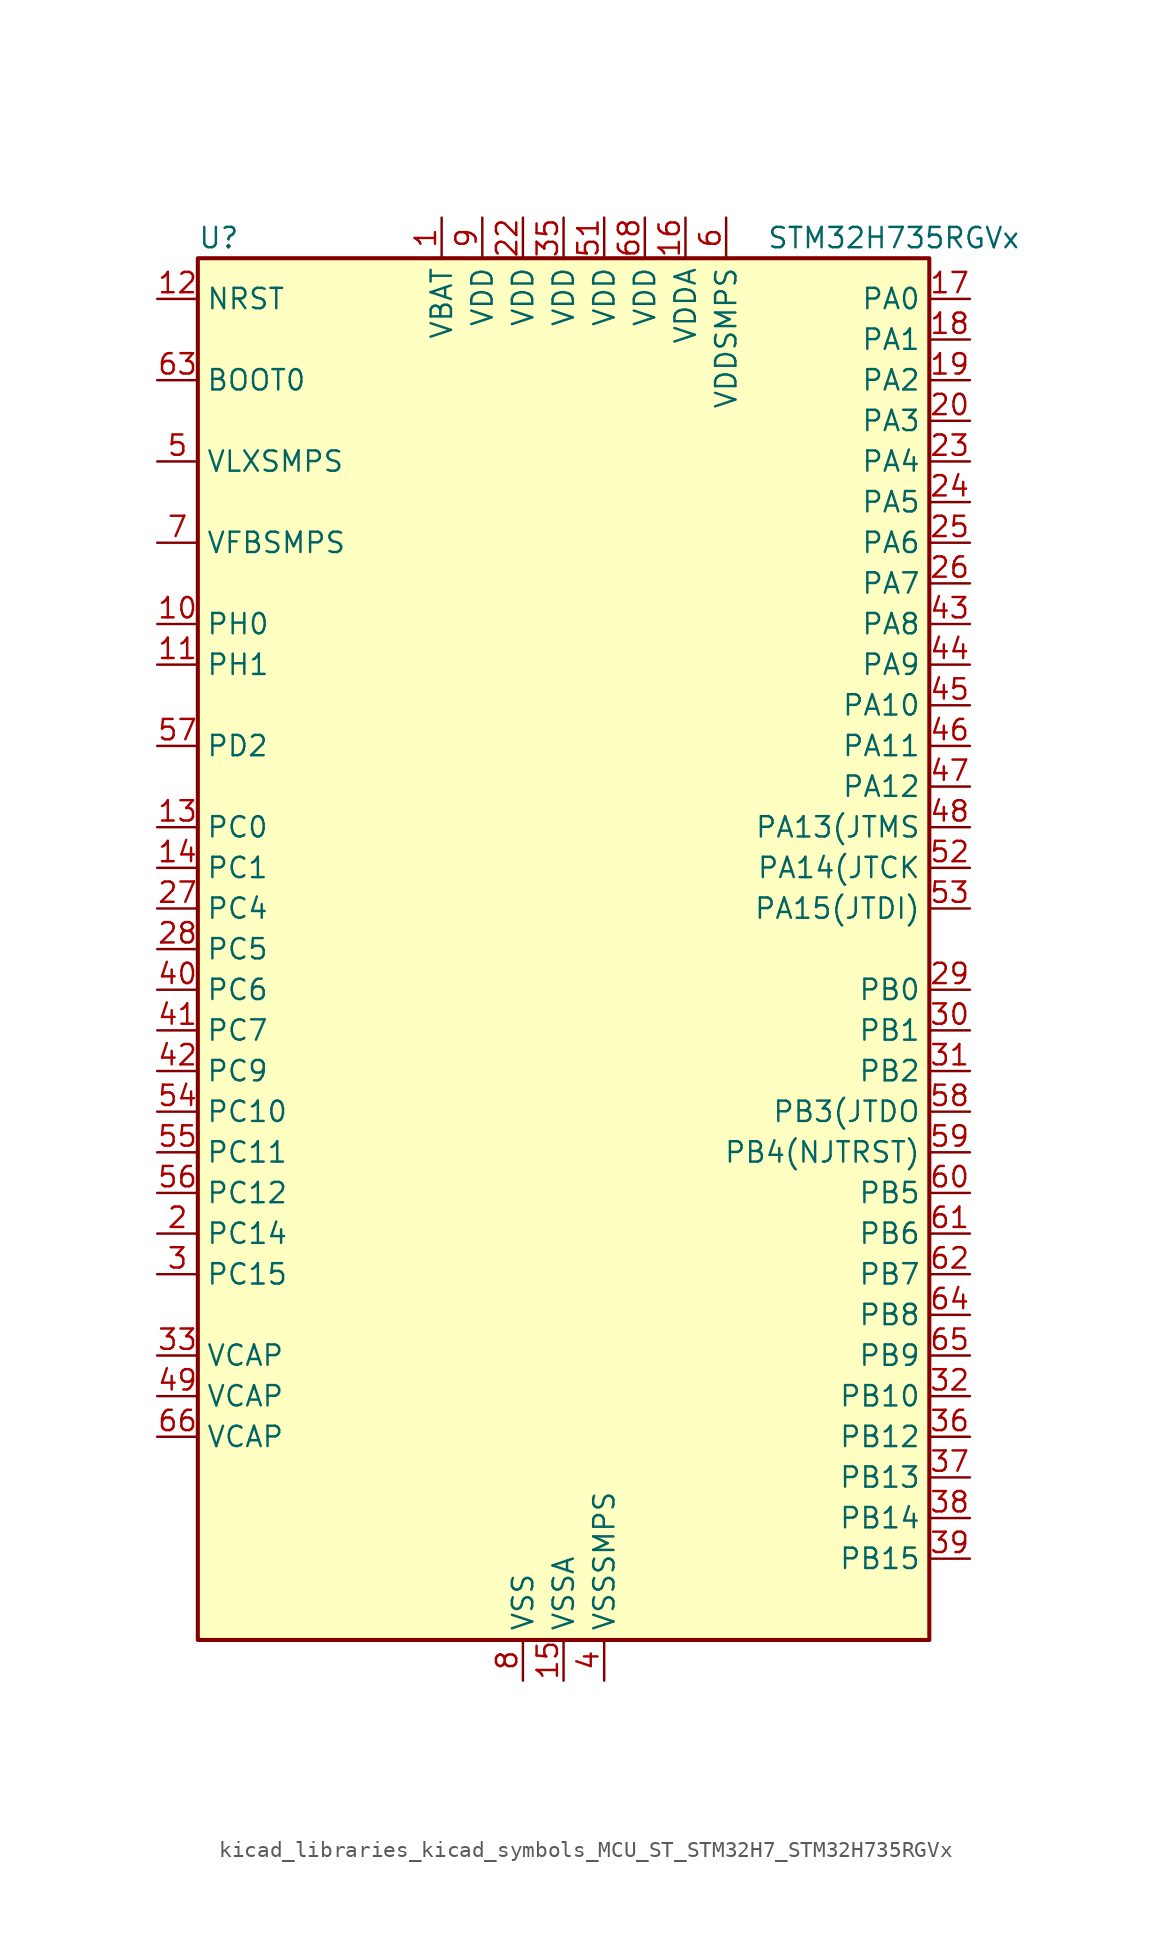
<source format=kicad_sym>
(kicad_symbol_lib
  (version 20220914)
  (generator kicad_symbol_editor)
  (symbol "kicad_libraries_kicad_symbols_MCU_ST_STM32H7_STM32H735RGVx"
    (property "Reference" "U"
      (at -22.86 44.45 0)
      (effects (font (size 1.27 1.27)) (justify left)))
    (property "Value" "STM32H735RGVx"
      (at 12.7 44.45 0)
      (effects (font (size 1.27 1.27)) (justify left)))
    (property "ki_locked" ""
      (at 0 0 0)
      (effects (font (size 1.27 1.27))))
    (symbol "kicad_libraries_kicad_symbols_MCU_ST_STM32H7_STM32H735RGVx_0_1"
      (rectangle (start -22.86 -43.18) (end 22.86 43.18) (stroke (width 0.254) (type default)) (fill (type background))))
    (symbol "kicad_libraries_kicad_symbols_MCU_ST_STM32H7_STM32H735RGVx_1_1"
      (pin power_in line (at -7.62 45.72 270) (length 2.54) (name "VBAT" (effects (font (size 1.27 1.27)))) (number "1" (effects (font (size 1.27 1.27)))))
      (pin bidirectional line (at -25.4 20.32 0) (length 2.54) (name "PH0" (effects (font (size 1.27 1.27)))) (number "10" (effects (font (size 1.27 1.27)))) (alternate "RCC_OSC_IN" bidirectional line))
      (pin bidirectional line (at -25.4 17.78 0) (length 2.54) (name "PH1" (effects (font (size 1.27 1.27)))) (number "11" (effects (font (size 1.27 1.27)))) (alternate "RCC_OSC_OUT" bidirectional line))
      (pin input line (at -25.4 40.64 0) (length 2.54) (name "NRST" (effects (font (size 1.27 1.27)))) (number "12" (effects (font (size 1.27 1.27)))))
      (pin bidirectional line (at -25.4 7.62 0) (length 2.54) (name "PC0" (effects (font (size 1.27 1.27)))) (number "13" (effects (font (size 1.27 1.27)))) (alternate "ADC1_INP10" bidirectional line) (alternate "ADC2_INP10" bidirectional line) (alternate "ADC3_INP10" bidirectional line) (alternate "DFSDM1_CKIN0" bidirectional line) (alternate "DFSDM1_DATIN4" bidirectional line) (alternate "LTDC_G2" bidirectional line) (alternate "LTDC_R5" bidirectional line) (alternate "USB_OTG_HS_ULPI_STP" bidirectional line))
      (pin bidirectional line (at -25.4 5.08 0) (length 2.54) (name "PC1" (effects (font (size 1.27 1.27)))) (number "14" (effects (font (size 1.27 1.27)))) (alternate "ADC1_INN10" bidirectional line) (alternate "ADC1_INP11" bidirectional line) (alternate "ADC2_INN10" bidirectional line) (alternate "ADC2_INP11" bidirectional line) (alternate "ADC3_INN10" bidirectional line) (alternate "ADC3_INP11" bidirectional line) (alternate "DEBUG_TRACED0" bidirectional line) (alternate "DFSDM1_CKIN4" bidirectional line) (alternate "DFSDM1_DATIN0" bidirectional line) (alternate "I2S2_SDO" bidirectional line) (alternate "LTDC_G5" bidirectional line) (alternate "MDIOS_MDC" bidirectional line) (alternate "OCTOSPIM_P1_IO4" bidirectional line) (alternate "PWR_WKUP6" bidirectional line) (alternate "RTC_TAMP3" bidirectional line) (alternate "SDMMC2_CK" bidirectional line) (alternate "SPI2_MOSI" bidirectional line))
      (pin power_in line (at 0 -45.72 90) (length 2.54) (name "VSSA" (effects (font (size 1.27 1.27)))) (number "15" (effects (font (size 1.27 1.27)))))
      (pin power_in line (at 7.62 45.72 270) (length 2.54) (name "VDDA" (effects (font (size 1.27 1.27)))) (number "16" (effects (font (size 1.27 1.27)))))
      (pin bidirectional line (at 25.4 40.64 180) (length 2.54) (name "PA0" (effects (font (size 1.27 1.27)))) (number "17" (effects (font (size 1.27 1.27)))) (alternate "ADC1_INP16" bidirectional line) (alternate "I2S6_WS" bidirectional line) (alternate "PWR_WKUP1" bidirectional line) (alternate "SDMMC2_CMD" bidirectional line) (alternate "SPI6_NSS" bidirectional line) (alternate "TIM15_BKIN" bidirectional line) (alternate "TIM2_CH1" bidirectional line) (alternate "TIM2_ETR" bidirectional line) (alternate "TIM5_CH1" bidirectional line) (alternate "TIM8_ETR" bidirectional line) (alternate "UART4_TX" bidirectional line) (alternate "USART2_CTS" bidirectional line) (alternate "USART2_NSS" bidirectional line))
      (pin bidirectional line (at 25.4 38.1 180) (length 2.54) (name "PA1" (effects (font (size 1.27 1.27)))) (number "18" (effects (font (size 1.27 1.27)))) (alternate "ADC1_INN16" bidirectional line) (alternate "ADC1_INP17" bidirectional line) (alternate "LPTIM3_OUT" bidirectional line) (alternate "LTDC_R2" bidirectional line) (alternate "OCTOSPIM_P1_DQS" bidirectional line) (alternate "OCTOSPIM_P1_IO3" bidirectional line) (alternate "TIM15_CH1N" bidirectional line) (alternate "TIM2_CH2" bidirectional line) (alternate "TIM5_CH2" bidirectional line) (alternate "UART4_RX" bidirectional line) (alternate "USART2_DE" bidirectional line) (alternate "USART2_RTS" bidirectional line))
      (pin bidirectional line (at 25.4 35.56 180) (length 2.54) (name "PA2" (effects (font (size 1.27 1.27)))) (number "19" (effects (font (size 1.27 1.27)))) (alternate "ADC1_INP14" bidirectional line) (alternate "ADC2_INP14" bidirectional line) (alternate "LPTIM4_OUT" bidirectional line) (alternate "LTDC_R1" bidirectional line) (alternate "MDIOS_MDIO" bidirectional line) (alternate "OCTOSPIM_P1_IO0" bidirectional line) (alternate "PWR_WKUP2" bidirectional line) (alternate "TIM15_CH1" bidirectional line) (alternate "TIM2_CH3" bidirectional line) (alternate "TIM5_CH3" bidirectional line) (alternate "USART2_TX" bidirectional line))
      (pin bidirectional line (at -25.4 -17.78 0) (length 2.54) (name "PC14" (effects (font (size 1.27 1.27)))) (number "2" (effects (font (size 1.27 1.27)))) (alternate "RCC_OSC32_IN" bidirectional line))
      (pin bidirectional line (at 25.4 33.02 180) (length 2.54) (name "PA3" (effects (font (size 1.27 1.27)))) (number "20" (effects (font (size 1.27 1.27)))) (alternate "ADC1_INP15" bidirectional line) (alternate "ADC2_INP15" bidirectional line) (alternate "I2S6_MCK" bidirectional line) (alternate "LPTIM5_OUT" bidirectional line) (alternate "LTDC_B2" bidirectional line) (alternate "LTDC_B5" bidirectional line) (alternate "OCTOSPIM_P1_CLK" bidirectional line) (alternate "OCTOSPIM_P1_IO2" bidirectional line) (alternate "TIM15_CH2" bidirectional line) (alternate "TIM2_CH4" bidirectional line) (alternate "TIM5_CH4" bidirectional line) (alternate "USART2_RX" bidirectional line) (alternate "USB_OTG_HS_ULPI_D0" bidirectional line))
      (pin passive line (at -2.54 -45.72 90) (length 2.54) hide (name "VSS" (effects (font (size 1.27 1.27)))) (number "21" (effects (font (size 1.27 1.27)))))
      (pin power_in line (at -2.54 45.72 270) (length 2.54) (name "VDD" (effects (font (size 1.27 1.27)))) (number "22" (effects (font (size 1.27 1.27)))))
      (pin bidirectional line (at 25.4 30.48 180) (length 2.54) (name "PA4" (effects (font (size 1.27 1.27)))) (number "23" (effects (font (size 1.27 1.27)))) (alternate "ADC1_INP18" bidirectional line) (alternate "ADC2_INP18" bidirectional line) (alternate "DAC1_OUT1" bidirectional line) (alternate "DCMI_HSYNC" bidirectional line) (alternate "I2S1_WS" bidirectional line) (alternate "I2S3_WS" bidirectional line) (alternate "I2S6_WS" bidirectional line) (alternate "LTDC_VSYNC" bidirectional line) (alternate "PSSI_DE" bidirectional line) (alternate "SPI1_NSS" bidirectional line) (alternate "SPI3_NSS" bidirectional line) (alternate "SPI6_NSS" bidirectional line) (alternate "TIM5_ETR" bidirectional line) (alternate "USART2_CK" bidirectional line))
      (pin bidirectional line (at 25.4 27.94 180) (length 2.54) (name "PA5" (effects (font (size 1.27 1.27)))) (number "24" (effects (font (size 1.27 1.27)))) (alternate "ADC1_INN18" bidirectional line) (alternate "ADC1_INP19" bidirectional line) (alternate "ADC2_INN18" bidirectional line) (alternate "ADC2_INP19" bidirectional line) (alternate "DAC1_OUT2" bidirectional line) (alternate "I2S1_CK" bidirectional line) (alternate "I2S6_CK" bidirectional line) (alternate "LTDC_R4" bidirectional line) (alternate "PSSI_D14" bidirectional line) (alternate "PWR_NDSTOP2" bidirectional line) (alternate "SPI1_SCK" bidirectional line) (alternate "SPI6_SCK" bidirectional line) (alternate "TIM2_CH1" bidirectional line) (alternate "TIM2_ETR" bidirectional line) (alternate "TIM8_CH1N" bidirectional line) (alternate "USB_OTG_HS_ULPI_CK" bidirectional line))
      (pin bidirectional line (at 25.4 25.4 180) (length 2.54) (name "PA6" (effects (font (size 1.27 1.27)))) (number "25" (effects (font (size 1.27 1.27)))) (alternate "ADC1_INP3" bidirectional line) (alternate "ADC2_INP3" bidirectional line) (alternate "DCMI_PIXCLK" bidirectional line) (alternate "I2S1_SDI" bidirectional line) (alternate "I2S6_SDI" bidirectional line) (alternate "LTDC_G2" bidirectional line) (alternate "MDIOS_MDC" bidirectional line) (alternate "OCTOSPIM_P1_IO3" bidirectional line) (alternate "PSSI_PDCK" bidirectional line) (alternate "SPI1_MISO" bidirectional line) (alternate "SPI6_MISO" bidirectional line) (alternate "TIM13_CH1" bidirectional line) (alternate "TIM1_BKIN" bidirectional line) (alternate "TIM1_BKIN_COMP1" bidirectional line) (alternate "TIM1_BKIN_COMP2" bidirectional line) (alternate "TIM3_CH1" bidirectional line) (alternate "TIM8_BKIN" bidirectional line) (alternate "TIM8_BKIN_COMP1" bidirectional line) (alternate "TIM8_BKIN_COMP2" bidirectional line))
      (pin bidirectional line (at 25.4 22.86 180) (length 2.54) (name "PA7" (effects (font (size 1.27 1.27)))) (number "26" (effects (font (size 1.27 1.27)))) (alternate "ADC1_INN3" bidirectional line) (alternate "ADC1_INP7" bidirectional line) (alternate "ADC2_INN3" bidirectional line) (alternate "ADC2_INP7" bidirectional line) (alternate "I2S1_SDO" bidirectional line) (alternate "I2S6_SDO" bidirectional line) (alternate "LTDC_VSYNC" bidirectional line) (alternate "OCTOSPIM_P1_IO2" bidirectional line) (alternate "OPAMP1_VINM" bidirectional line) (alternate "SPI1_MOSI" bidirectional line) (alternate "SPI6_MOSI" bidirectional line) (alternate "TIM14_CH1" bidirectional line) (alternate "TIM1_CH1N" bidirectional line) (alternate "TIM3_CH2" bidirectional line) (alternate "TIM8_CH1N" bidirectional line))
      (pin bidirectional line (at -25.4 2.54 0) (length 2.54) (name "PC4" (effects (font (size 1.27 1.27)))) (number "27" (effects (font (size 1.27 1.27)))) (alternate "ADC1_INP4" bidirectional line) (alternate "ADC2_INP4" bidirectional line) (alternate "COMP1_INM" bidirectional line) (alternate "DFSDM1_CKIN2" bidirectional line) (alternate "I2S1_MCK" bidirectional line) (alternate "LTDC_R7" bidirectional line) (alternate "OPAMP1_VOUT" bidirectional line) (alternate "SDMMC2_CKIN" bidirectional line) (alternate "SPDIFRX1_IN2" bidirectional line))
      (pin bidirectional line (at -25.4 0 0) (length 2.54) (name "PC5" (effects (font (size 1.27 1.27)))) (number "28" (effects (font (size 1.27 1.27)))) (alternate "ADC1_INN4" bidirectional line) (alternate "ADC1_INP8" bidirectional line) (alternate "ADC2_INN4" bidirectional line) (alternate "ADC2_INP8" bidirectional line) (alternate "COMP1_OUT" bidirectional line) (alternate "DFSDM1_DATIN2" bidirectional line) (alternate "LTDC_DE" bidirectional line) (alternate "OCTOSPIM_P1_DQS" bidirectional line) (alternate "OPAMP1_VINM" bidirectional line) (alternate "PSSI_D15" bidirectional line) (alternate "SPDIFRX1_IN3" bidirectional line))
      (pin bidirectional line (at 25.4 -2.54 180) (length 2.54) (name "PB0" (effects (font (size 1.27 1.27)))) (number "29" (effects (font (size 1.27 1.27)))) (alternate "ADC1_INN5" bidirectional line) (alternate "ADC1_INP9" bidirectional line) (alternate "ADC2_INN5" bidirectional line) (alternate "ADC2_INP9" bidirectional line) (alternate "COMP1_INP" bidirectional line) (alternate "DFSDM1_CKOUT" bidirectional line) (alternate "LTDC_G1" bidirectional line) (alternate "LTDC_R3" bidirectional line) (alternate "OCTOSPIM_P1_IO1" bidirectional line) (alternate "OPAMP1_VINP" bidirectional line) (alternate "TIM1_CH2N" bidirectional line) (alternate "TIM3_CH3" bidirectional line) (alternate "TIM8_CH2N" bidirectional line) (alternate "UART4_CTS" bidirectional line) (alternate "USB_OTG_HS_ULPI_D1" bidirectional line))
      (pin bidirectional line (at -25.4 -20.32 0) (length 2.54) (name "PC15" (effects (font (size 1.27 1.27)))) (number "3" (effects (font (size 1.27 1.27)))) (alternate "ADC1_EXTI15" bidirectional line) (alternate "ADC2_EXTI15" bidirectional line) (alternate "ADC3_EXTI15" bidirectional line) (alternate "RCC_OSC32_OUT" bidirectional line))
      (pin bidirectional line (at 25.4 -5.08 180) (length 2.54) (name "PB1" (effects (font (size 1.27 1.27)))) (number "30" (effects (font (size 1.27 1.27)))) (alternate "ADC1_INP5" bidirectional line) (alternate "ADC2_INP5" bidirectional line) (alternate "COMP1_INM" bidirectional line) (alternate "DFSDM1_DATIN1" bidirectional line) (alternate "LTDC_G0" bidirectional line) (alternate "LTDC_R6" bidirectional line) (alternate "OCTOSPIM_P1_IO0" bidirectional line) (alternate "TIM1_CH3N" bidirectional line) (alternate "TIM3_CH4" bidirectional line) (alternate "TIM8_CH3N" bidirectional line) (alternate "USB_OTG_HS_ULPI_D2" bidirectional line))
      (pin bidirectional line (at 25.4 -7.62 180) (length 2.54) (name "PB2" (effects (font (size 1.27 1.27)))) (number "31" (effects (font (size 1.27 1.27)))) (alternate "COMP1_INP" bidirectional line) (alternate "DFSDM1_CKIN1" bidirectional line) (alternate "I2S3_SDO" bidirectional line) (alternate "OCTOSPIM_P1_CLK" bidirectional line) (alternate "OCTOSPIM_P1_DQS" bidirectional line) (alternate "RTC_OUT_ALARM" bidirectional line) (alternate "RTC_OUT_CALIB" bidirectional line) (alternate "SPI3_MOSI" bidirectional line) (alternate "TIM23_ETR" bidirectional line))
      (pin bidirectional line (at 25.4 -27.94 180) (length 2.54) (name "PB10" (effects (font (size 1.27 1.27)))) (number "32" (effects (font (size 1.27 1.27)))) (alternate "DFSDM1_DATIN7" bidirectional line) (alternate "I2C2_SCL" bidirectional line) (alternate "I2S2_CK" bidirectional line) (alternate "LPTIM2_IN1" bidirectional line) (alternate "LTDC_G4" bidirectional line) (alternate "OCTOSPIM_P1_NCS" bidirectional line) (alternate "SPI2_SCK" bidirectional line) (alternate "TIM2_CH3" bidirectional line) (alternate "USART3_TX" bidirectional line) (alternate "USB_OTG_HS_ULPI_D3" bidirectional line))
      (pin power_out line (at -25.4 -25.4 0) (length 2.54) (name "VCAP" (effects (font (size 1.27 1.27)))) (number "33" (effects (font (size 1.27 1.27)))))
      (pin passive line (at -2.54 -45.72 90) (length 2.54) hide (name "VSS" (effects (font (size 1.27 1.27)))) (number "34" (effects (font (size 1.27 1.27)))))
      (pin power_in line (at 0 45.72 270) (length 2.54) (name "VDD" (effects (font (size 1.27 1.27)))) (number "35" (effects (font (size 1.27 1.27)))))
      (pin bidirectional line (at 25.4 -30.48 180) (length 2.54) (name "PB12" (effects (font (size 1.27 1.27)))) (number "36" (effects (font (size 1.27 1.27)))) (alternate "DFSDM1_DATIN1" bidirectional line) (alternate "FDCAN2_RX" bidirectional line) (alternate "I2C2_SMBA" bidirectional line) (alternate "I2S2_WS" bidirectional line) (alternate "OCTOSPIM_P1_IO0" bidirectional line) (alternate "OCTOSPIM_P1_NCLK" bidirectional line) (alternate "SPI2_NSS" bidirectional line) (alternate "TIM1_BKIN" bidirectional line) (alternate "TIM1_BKIN_COMP1" bidirectional line) (alternate "TIM1_BKIN_COMP2" bidirectional line) (alternate "UART5_RX" bidirectional line) (alternate "USART3_CK" bidirectional line) (alternate "USB_OTG_HS_ULPI_D5" bidirectional line))
      (pin bidirectional line (at 25.4 -33.02 180) (length 2.54) (name "PB13" (effects (font (size 1.27 1.27)))) (number "37" (effects (font (size 1.27 1.27)))) (alternate "DCMI_D2" bidirectional line) (alternate "DFSDM1_CKIN1" bidirectional line) (alternate "FDCAN2_TX" bidirectional line) (alternate "I2S2_CK" bidirectional line) (alternate "LPTIM2_OUT" bidirectional line) (alternate "OCTOSPIM_P1_IO2" bidirectional line) (alternate "PSSI_D2" bidirectional line) (alternate "SDMMC1_D0" bidirectional line) (alternate "SPI2_SCK" bidirectional line) (alternate "TIM1_CH1N" bidirectional line) (alternate "UART5_TX" bidirectional line) (alternate "USART3_CTS" bidirectional line) (alternate "USART3_NSS" bidirectional line) (alternate "USB_OTG_HS_ULPI_D6" bidirectional line))
      (pin bidirectional line (at 25.4 -35.56 180) (length 2.54) (name "PB14" (effects (font (size 1.27 1.27)))) (number "38" (effects (font (size 1.27 1.27)))) (alternate "DFSDM1_DATIN2" bidirectional line) (alternate "I2S2_SDI" bidirectional line) (alternate "LTDC_CLK" bidirectional line) (alternate "SDMMC2_D0" bidirectional line) (alternate "SPI2_MISO" bidirectional line) (alternate "TIM12_CH1" bidirectional line) (alternate "TIM1_CH2N" bidirectional line) (alternate "TIM8_CH2N" bidirectional line) (alternate "UART4_DE" bidirectional line) (alternate "UART4_RTS" bidirectional line) (alternate "USART1_TX" bidirectional line) (alternate "USART3_DE" bidirectional line) (alternate "USART3_RTS" bidirectional line))
      (pin bidirectional line (at 25.4 -38.1 180) (length 2.54) (name "PB15" (effects (font (size 1.27 1.27)))) (number "39" (effects (font (size 1.27 1.27)))) (alternate "ADC1_EXTI15" bidirectional line) (alternate "ADC2_EXTI15" bidirectional line) (alternate "ADC3_EXTI15" bidirectional line) (alternate "DFSDM1_CKIN2" bidirectional line) (alternate "I2S2_SDO" bidirectional line) (alternate "LTDC_G7" bidirectional line) (alternate "RTC_REFIN" bidirectional line) (alternate "SDMMC2_D1" bidirectional line) (alternate "SPI2_MOSI" bidirectional line) (alternate "TIM12_CH2" bidirectional line) (alternate "TIM1_CH3N" bidirectional line) (alternate "TIM8_CH3N" bidirectional line) (alternate "UART4_CTS" bidirectional line) (alternate "USART1_RX" bidirectional line))
      (pin power_in line (at 2.54 -45.72 90) (length 2.54) (name "VSSSMPS" (effects (font (size 1.27 1.27)))) (number "4" (effects (font (size 1.27 1.27)))))
      (pin bidirectional line (at -25.4 -2.54 0) (length 2.54) (name "PC6" (effects (font (size 1.27 1.27)))) (number "40" (effects (font (size 1.27 1.27)))) (alternate "DCMI_D0" bidirectional line) (alternate "DFSDM1_CKIN3" bidirectional line) (alternate "I2S2_MCK" bidirectional line) (alternate "LTDC_HSYNC" bidirectional line) (alternate "PSSI_D0" bidirectional line) (alternate "SDMMC1_D0DIR" bidirectional line) (alternate "SDMMC1_D6" bidirectional line) (alternate "SDMMC2_D6" bidirectional line) (alternate "SWPMI1_IO" bidirectional line) (alternate "TIM3_CH1" bidirectional line) (alternate "TIM8_CH1" bidirectional line))
      (pin bidirectional line (at -25.4 -5.08 0) (length 2.54) (name "PC7" (effects (font (size 1.27 1.27)))) (number "41" (effects (font (size 1.27 1.27)))) (alternate "DCMI_D1" bidirectional line) (alternate "DEBUG_TRGIO" bidirectional line) (alternate "DFSDM1_DATIN3" bidirectional line) (alternate "I2S3_MCK" bidirectional line) (alternate "LTDC_G6" bidirectional line) (alternate "PSSI_D1" bidirectional line) (alternate "SDMMC1_D123DIR" bidirectional line) (alternate "SDMMC1_D7" bidirectional line) (alternate "SDMMC2_D7" bidirectional line) (alternate "SWPMI1_TX" bidirectional line) (alternate "TIM3_CH2" bidirectional line) (alternate "TIM8_CH2" bidirectional line))
      (pin bidirectional line (at -25.4 -7.62 0) (length 2.54) (name "PC9" (effects (font (size 1.27 1.27)))) (number "42" (effects (font (size 1.27 1.27)))) (alternate "DAC1_EXTI9" bidirectional line) (alternate "DCMI_D3" bidirectional line) (alternate "I2C3_SDA" bidirectional line) (alternate "I2S_CKIN" bidirectional line) (alternate "LTDC_B2" bidirectional line) (alternate "LTDC_G3" bidirectional line) (alternate "OCTOSPIM_P1_IO0" bidirectional line) (alternate "PSSI_D3" bidirectional line) (alternate "RCC_MCO_2" bidirectional line) (alternate "SDMMC1_D1" bidirectional line) (alternate "SWPMI1_SUSPEND" bidirectional line) (alternate "TIM3_CH4" bidirectional line) (alternate "TIM8_CH4" bidirectional line) (alternate "UART5_CTS" bidirectional line))
      (pin bidirectional line (at 25.4 20.32 180) (length 2.54) (name "PA8" (effects (font (size 1.27 1.27)))) (number "43" (effects (font (size 1.27 1.27)))) (alternate "I2C3_SCL" bidirectional line) (alternate "LTDC_B3" bidirectional line) (alternate "LTDC_R6" bidirectional line) (alternate "RCC_MCO_1" bidirectional line) (alternate "TIM1_CH1" bidirectional line) (alternate "TIM8_BKIN2" bidirectional line) (alternate "TIM8_BKIN2_COMP1" bidirectional line) (alternate "TIM8_BKIN2_COMP2" bidirectional line) (alternate "UART7_RX" bidirectional line) (alternate "USART1_CK" bidirectional line) (alternate "USB_OTG_HS_SOF" bidirectional line))
      (pin bidirectional line (at 25.4 17.78 180) (length 2.54) (name "PA9" (effects (font (size 1.27 1.27)))) (number "44" (effects (font (size 1.27 1.27)))) (alternate "DAC1_EXTI9" bidirectional line) (alternate "DCMI_D0" bidirectional line) (alternate "I2C3_SMBA" bidirectional line) (alternate "I2S2_CK" bidirectional line) (alternate "LPUART1_TX" bidirectional line) (alternate "LTDC_R5" bidirectional line) (alternate "PSSI_D0" bidirectional line) (alternate "SPI2_SCK" bidirectional line) (alternate "TIM1_CH2" bidirectional line) (alternate "USART1_TX" bidirectional line) (alternate "USB_OTG_HS_VBUS" bidirectional line))
      (pin bidirectional line (at 25.4 15.24 180) (length 2.54) (name "PA10" (effects (font (size 1.27 1.27)))) (number "45" (effects (font (size 1.27 1.27)))) (alternate "DCMI_D1" bidirectional line) (alternate "LPUART1_RX" bidirectional line) (alternate "LTDC_B1" bidirectional line) (alternate "LTDC_B4" bidirectional line) (alternate "MDIOS_MDIO" bidirectional line) (alternate "PSSI_D1" bidirectional line) (alternate "TIM1_CH3" bidirectional line) (alternate "USART1_RX" bidirectional line) (alternate "USB_OTG_HS_ID" bidirectional line))
      (pin bidirectional line (at 25.4 12.7 180) (length 2.54) (name "PA11" (effects (font (size 1.27 1.27)))) (number "46" (effects (font (size 1.27 1.27)))) (alternate "ADC1_EXTI11" bidirectional line) (alternate "ADC2_EXTI11" bidirectional line) (alternate "ADC3_EXTI11" bidirectional line) (alternate "FDCAN1_RX" bidirectional line) (alternate "I2S2_WS" bidirectional line) (alternate "LPUART1_CTS" bidirectional line) (alternate "LTDC_R4" bidirectional line) (alternate "SPI2_NSS" bidirectional line) (alternate "TIM1_CH4" bidirectional line) (alternate "UART4_RX" bidirectional line) (alternate "USART1_CTS" bidirectional line) (alternate "USART1_NSS" bidirectional line) (alternate "USB_OTG_HS_DM" bidirectional line))
      (pin bidirectional line (at 25.4 10.16 180) (length 2.54) (name "PA12" (effects (font (size 1.27 1.27)))) (number "47" (effects (font (size 1.27 1.27)))) (alternate "FDCAN1_TX" bidirectional line) (alternate "I2S2_CK" bidirectional line) (alternate "LPUART1_DE" bidirectional line) (alternate "LPUART1_RTS" bidirectional line) (alternate "LTDC_R5" bidirectional line) (alternate "SPI2_SCK" bidirectional line) (alternate "TIM1_BKIN2" bidirectional line) (alternate "TIM1_ETR" bidirectional line) (alternate "UART4_TX" bidirectional line) (alternate "USART1_DE" bidirectional line) (alternate "USART1_RTS" bidirectional line) (alternate "USB_OTG_HS_DP" bidirectional line))
      (pin bidirectional line (at 25.4 7.62 180) (length 2.54) (name "PA13(JTMS" (effects (font (size 1.27 1.27)))) (number "48" (effects (font (size 1.27 1.27)))) (alternate "DEBUG_JTMS-SWDIO" bidirectional line))
      (pin power_out line (at -25.4 -27.94 0) (length 2.54) (name "VCAP" (effects (font (size 1.27 1.27)))) (number "49" (effects (font (size 1.27 1.27)))))
      (pin power_in line (at -25.4 30.48 0) (length 2.54) (name "VLXSMPS" (effects (font (size 1.27 1.27)))) (number "5" (effects (font (size 1.27 1.27)))))
      (pin passive line (at -2.54 -45.72 90) (length 2.54) hide (name "VSS" (effects (font (size 1.27 1.27)))) (number "50" (effects (font (size 1.27 1.27)))))
      (pin power_in line (at 2.54 45.72 270) (length 2.54) (name "VDD" (effects (font (size 1.27 1.27)))) (number "51" (effects (font (size 1.27 1.27)))))
      (pin bidirectional line (at 25.4 5.08 180) (length 2.54) (name "PA14(JTCK" (effects (font (size 1.27 1.27)))) (number "52" (effects (font (size 1.27 1.27)))) (alternate "DEBUG_JTCK-SWCLK" bidirectional line))
      (pin bidirectional line (at 25.4 2.54 180) (length 2.54) (name "PA15(JTDI)" (effects (font (size 1.27 1.27)))) (number "53" (effects (font (size 1.27 1.27)))) (alternate "ADC1_EXTI15" bidirectional line) (alternate "ADC2_EXTI15" bidirectional line) (alternate "ADC3_EXTI15" bidirectional line) (alternate "CEC" bidirectional line) (alternate "DEBUG_JTDI" bidirectional line) (alternate "I2S1_WS" bidirectional line) (alternate "I2S3_WS" bidirectional line) (alternate "I2S6_WS" bidirectional line) (alternate "LTDC_B6" bidirectional line) (alternate "LTDC_R3" bidirectional line) (alternate "SPI1_NSS" bidirectional line) (alternate "SPI3_NSS" bidirectional line) (alternate "SPI6_NSS" bidirectional line) (alternate "TIM2_CH1" bidirectional line) (alternate "TIM2_ETR" bidirectional line) (alternate "UART4_DE" bidirectional line) (alternate "UART4_RTS" bidirectional line) (alternate "UART7_TX" bidirectional line))
      (pin bidirectional line (at -25.4 -10.16 0) (length 2.54) (name "PC10" (effects (font (size 1.27 1.27)))) (number "54" (effects (font (size 1.27 1.27)))) (alternate "DCMI_D8" bidirectional line) (alternate "DFSDM1_CKIN5" bidirectional line) (alternate "I2S3_CK" bidirectional line) (alternate "LTDC_B1" bidirectional line) (alternate "LTDC_R2" bidirectional line) (alternate "OCTOSPIM_P1_IO1" bidirectional line) (alternate "PSSI_D8" bidirectional line) (alternate "SDMMC1_D2" bidirectional line) (alternate "SPI3_SCK" bidirectional line) (alternate "SWPMI1_RX" bidirectional line) (alternate "UART4_TX" bidirectional line) (alternate "USART3_TX" bidirectional line))
      (pin bidirectional line (at -25.4 -12.7 0) (length 2.54) (name "PC11" (effects (font (size 1.27 1.27)))) (number "55" (effects (font (size 1.27 1.27)))) (alternate "ADC1_EXTI11" bidirectional line) (alternate "ADC2_EXTI11" bidirectional line) (alternate "ADC3_EXTI11" bidirectional line) (alternate "DCMI_D4" bidirectional line) (alternate "DFSDM1_DATIN5" bidirectional line) (alternate "I2S3_SDI" bidirectional line) (alternate "LTDC_B4" bidirectional line) (alternate "OCTOSPIM_P1_NCS" bidirectional line) (alternate "PSSI_D4" bidirectional line) (alternate "SDMMC1_D3" bidirectional line) (alternate "SPI3_MISO" bidirectional line) (alternate "UART4_RX" bidirectional line) (alternate "USART3_RX" bidirectional line))
      (pin bidirectional line (at -25.4 -15.24 0) (length 2.54) (name "PC12" (effects (font (size 1.27 1.27)))) (number "56" (effects (font (size 1.27 1.27)))) (alternate "DCMI_D9" bidirectional line) (alternate "DEBUG_TRACED3" bidirectional line) (alternate "I2S3_SDO" bidirectional line) (alternate "I2S6_CK" bidirectional line) (alternate "LTDC_R6" bidirectional line) (alternate "PSSI_D9" bidirectional line) (alternate "SDMMC1_CK" bidirectional line) (alternate "SPI3_MOSI" bidirectional line) (alternate "SPI6_SCK" bidirectional line) (alternate "TIM15_CH1" bidirectional line) (alternate "UART5_TX" bidirectional line) (alternate "USART3_CK" bidirectional line))
      (pin bidirectional line (at -25.4 12.7 0) (length 2.54) (name "PD2" (effects (font (size 1.27 1.27)))) (number "57" (effects (font (size 1.27 1.27)))) (alternate "DCMI_D11" bidirectional line) (alternate "DEBUG_TRACED2" bidirectional line) (alternate "LTDC_B2" bidirectional line) (alternate "LTDC_B7" bidirectional line) (alternate "PSSI_D11" bidirectional line) (alternate "SDMMC1_CMD" bidirectional line) (alternate "TIM15_BKIN" bidirectional line) (alternate "TIM3_ETR" bidirectional line) (alternate "UART5_RX" bidirectional line))
      (pin bidirectional line (at 25.4 -10.16 180) (length 2.54) (name "PB3(JTDO" (effects (font (size 1.27 1.27)))) (number "58" (effects (font (size 1.27 1.27)))) (alternate "CRS_SYNC" bidirectional line) (alternate "DEBUG_JTDO-SWO" bidirectional line) (alternate "I2S1_CK" bidirectional line) (alternate "I2S3_CK" bidirectional line) (alternate "I2S6_CK" bidirectional line) (alternate "SDMMC2_D2" bidirectional line) (alternate "SPI1_SCK" bidirectional line) (alternate "SPI3_SCK" bidirectional line) (alternate "SPI6_SCK" bidirectional line) (alternate "TIM24_ETR" bidirectional line) (alternate "TIM2_CH2" bidirectional line) (alternate "UART7_RX" bidirectional line))
      (pin bidirectional line (at 25.4 -12.7 180) (length 2.54) (name "PB4(NJTRST)" (effects (font (size 1.27 1.27)))) (number "59" (effects (font (size 1.27 1.27)))) (alternate "DEBUG_JTRST" bidirectional line) (alternate "I2S1_SDI" bidirectional line) (alternate "I2S2_WS" bidirectional line) (alternate "I2S3_SDI" bidirectional line) (alternate "I2S6_SDI" bidirectional line) (alternate "SDMMC2_D3" bidirectional line) (alternate "SPI1_MISO" bidirectional line) (alternate "SPI2_NSS" bidirectional line) (alternate "SPI3_MISO" bidirectional line) (alternate "SPI6_MISO" bidirectional line) (alternate "TIM16_BKIN" bidirectional line) (alternate "TIM3_CH1" bidirectional line) (alternate "UART7_TX" bidirectional line))
      (pin power_in line (at 10.16 45.72 270) (length 2.54) (name "VDDSMPS" (effects (font (size 1.27 1.27)))) (number "6" (effects (font (size 1.27 1.27)))))
      (pin bidirectional line (at 25.4 -15.24 180) (length 2.54) (name "PB5" (effects (font (size 1.27 1.27)))) (number "60" (effects (font (size 1.27 1.27)))) (alternate "DCMI_D10" bidirectional line) (alternate "FDCAN2_RX" bidirectional line) (alternate "I2C1_SMBA" bidirectional line) (alternate "I2C4_SMBA" bidirectional line) (alternate "I2S1_SDO" bidirectional line) (alternate "I2S3_SDO" bidirectional line) (alternate "I2S6_SDO" bidirectional line) (alternate "LTDC_B5" bidirectional line) (alternate "PSSI_D10" bidirectional line) (alternate "SPI1_MOSI" bidirectional line) (alternate "SPI3_MOSI" bidirectional line) (alternate "SPI6_MOSI" bidirectional line) (alternate "TIM17_BKIN" bidirectional line) (alternate "TIM3_CH2" bidirectional line) (alternate "UART5_RX" bidirectional line) (alternate "USB_OTG_HS_ULPI_D7" bidirectional line))
      (pin bidirectional line (at 25.4 -17.78 180) (length 2.54) (name "PB6" (effects (font (size 1.27 1.27)))) (number "61" (effects (font (size 1.27 1.27)))) (alternate "CEC" bidirectional line) (alternate "DCMI_D5" bidirectional line) (alternate "DFSDM1_DATIN5" bidirectional line) (alternate "FDCAN2_TX" bidirectional line) (alternate "I2C1_SCL" bidirectional line) (alternate "I2C4_SCL" bidirectional line) (alternate "LPUART1_TX" bidirectional line) (alternate "OCTOSPIM_P1_NCS" bidirectional line) (alternate "PSSI_D5" bidirectional line) (alternate "TIM16_CH1N" bidirectional line) (alternate "TIM4_CH1" bidirectional line) (alternate "UART5_TX" bidirectional line) (alternate "USART1_TX" bidirectional line))
      (pin bidirectional line (at 25.4 -20.32 180) (length 2.54) (name "PB7" (effects (font (size 1.27 1.27)))) (number "62" (effects (font (size 1.27 1.27)))) (alternate "DCMI_VSYNC" bidirectional line) (alternate "DFSDM1_CKIN5" bidirectional line) (alternate "I2C1_SDA" bidirectional line) (alternate "I2C4_SDA" bidirectional line) (alternate "LPUART1_RX" bidirectional line) (alternate "PSSI_RDY" bidirectional line) (alternate "PWR_PVD_IN" bidirectional line) (alternate "TIM17_CH1N" bidirectional line) (alternate "TIM4_CH2" bidirectional line) (alternate "USART1_RX" bidirectional line))
      (pin input line (at -25.4 35.56 0) (length 2.54) (name "BOOT0" (effects (font (size 1.27 1.27)))) (number "63" (effects (font (size 1.27 1.27)))))
      (pin bidirectional line (at 25.4 -22.86 180) (length 2.54) (name "PB8" (effects (font (size 1.27 1.27)))) (number "64" (effects (font (size 1.27 1.27)))) (alternate "DCMI_D6" bidirectional line) (alternate "DFSDM1_CKIN7" bidirectional line) (alternate "FDCAN1_RX" bidirectional line) (alternate "I2C1_SCL" bidirectional line) (alternate "I2C4_SCL" bidirectional line) (alternate "LTDC_B6" bidirectional line) (alternate "PSSI_D6" bidirectional line) (alternate "SDMMC1_CKIN" bidirectional line) (alternate "SDMMC1_D4" bidirectional line) (alternate "SDMMC2_D4" bidirectional line) (alternate "TIM16_CH1" bidirectional line) (alternate "TIM4_CH3" bidirectional line) (alternate "UART4_RX" bidirectional line))
      (pin bidirectional line (at 25.4 -25.4 180) (length 2.54) (name "PB9" (effects (font (size 1.27 1.27)))) (number "65" (effects (font (size 1.27 1.27)))) (alternate "DAC1_EXTI9" bidirectional line) (alternate "DCMI_D7" bidirectional line) (alternate "DFSDM1_DATIN7" bidirectional line) (alternate "FDCAN1_TX" bidirectional line) (alternate "I2C1_SDA" bidirectional line) (alternate "I2C4_SDA" bidirectional line) (alternate "I2C4_SMBA" bidirectional line) (alternate "I2S2_WS" bidirectional line) (alternate "LTDC_B7" bidirectional line) (alternate "PSSI_D7" bidirectional line) (alternate "SDMMC1_CDIR" bidirectional line) (alternate "SDMMC1_D5" bidirectional line) (alternate "SDMMC2_D5" bidirectional line) (alternate "SPI2_NSS" bidirectional line) (alternate "TIM17_CH1" bidirectional line) (alternate "TIM4_CH4" bidirectional line) (alternate "UART4_TX" bidirectional line))
      (pin power_out line (at -25.4 -30.48 0) (length 2.54) (name "VCAP" (effects (font (size 1.27 1.27)))) (number "66" (effects (font (size 1.27 1.27)))))
      (pin passive line (at -2.54 -45.72 90) (length 2.54) hide (name "VSS" (effects (font (size 1.27 1.27)))) (number "67" (effects (font (size 1.27 1.27)))))
      (pin power_in line (at 5.08 45.72 270) (length 2.54) (name "VDD" (effects (font (size 1.27 1.27)))) (number "68" (effects (font (size 1.27 1.27)))))
      (pin passive line (at -2.54 -45.72 90) (length 2.54) hide (name "VSS" (effects (font (size 1.27 1.27)))) (number "69" (effects (font (size 1.27 1.27)))))
      (pin input line (at -25.4 25.4 0) (length 2.54) (name "VFBSMPS" (effects (font (size 1.27 1.27)))) (number "7" (effects (font (size 1.27 1.27)))))
      (pin power_in line (at -2.54 -45.72 90) (length 2.54) (name "VSS" (effects (font (size 1.27 1.27)))) (number "8" (effects (font (size 1.27 1.27)))))
      (pin power_in line (at -5.08 45.72 270) (length 2.54) (name "VDD" (effects (font (size 1.27 1.27)))) (number "9" (effects (font (size 1.27 1.27))))))))
</source>
